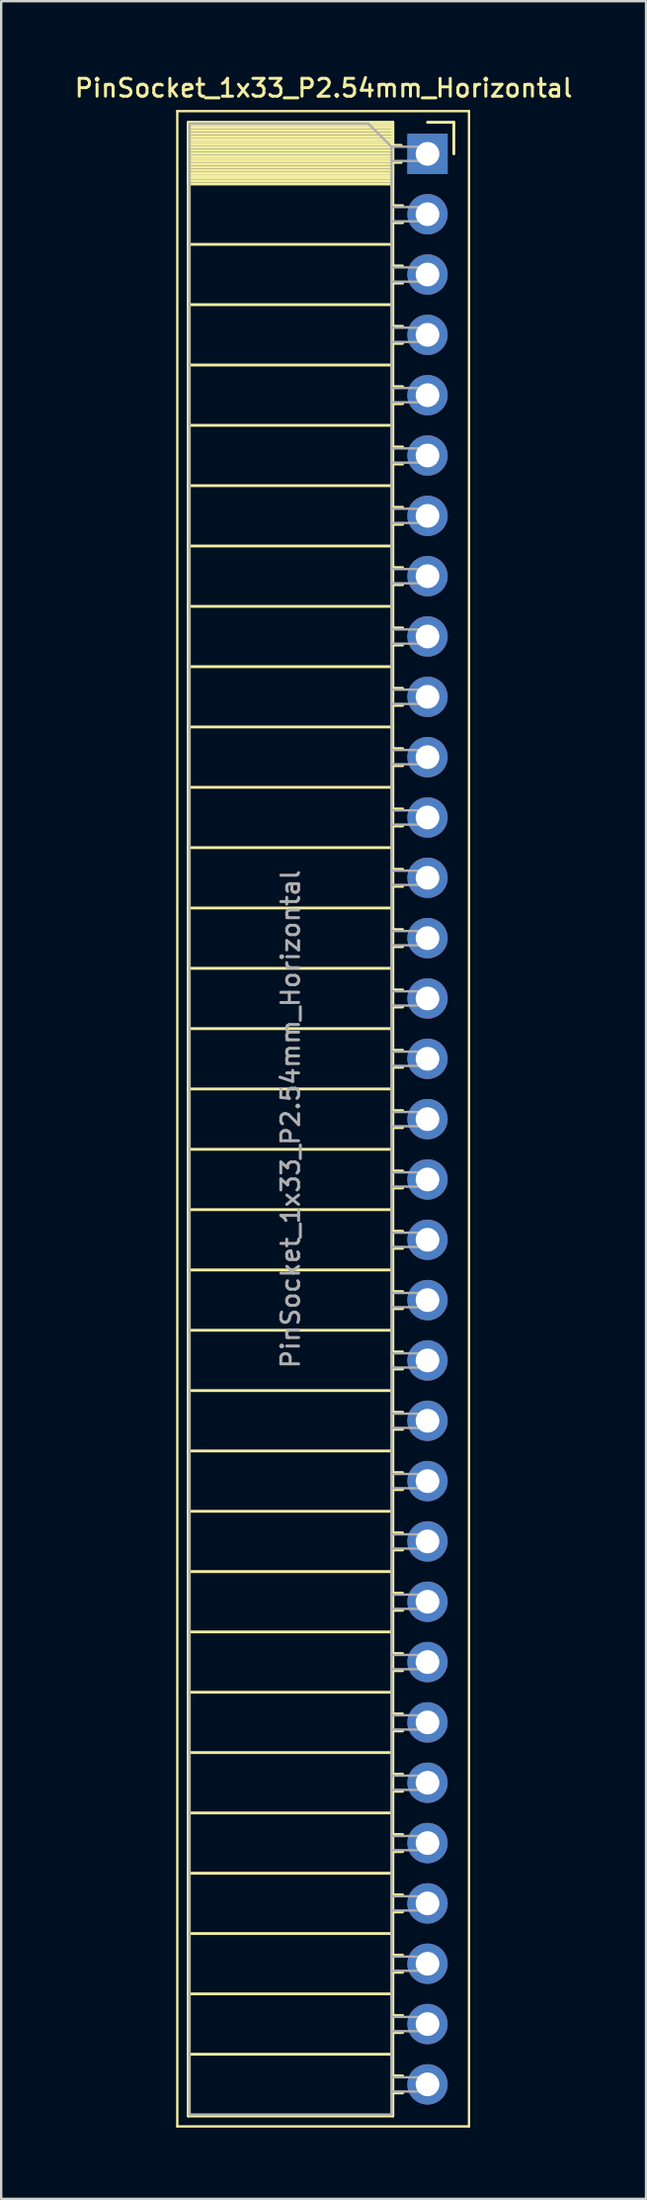
<source format=kicad_pcb>
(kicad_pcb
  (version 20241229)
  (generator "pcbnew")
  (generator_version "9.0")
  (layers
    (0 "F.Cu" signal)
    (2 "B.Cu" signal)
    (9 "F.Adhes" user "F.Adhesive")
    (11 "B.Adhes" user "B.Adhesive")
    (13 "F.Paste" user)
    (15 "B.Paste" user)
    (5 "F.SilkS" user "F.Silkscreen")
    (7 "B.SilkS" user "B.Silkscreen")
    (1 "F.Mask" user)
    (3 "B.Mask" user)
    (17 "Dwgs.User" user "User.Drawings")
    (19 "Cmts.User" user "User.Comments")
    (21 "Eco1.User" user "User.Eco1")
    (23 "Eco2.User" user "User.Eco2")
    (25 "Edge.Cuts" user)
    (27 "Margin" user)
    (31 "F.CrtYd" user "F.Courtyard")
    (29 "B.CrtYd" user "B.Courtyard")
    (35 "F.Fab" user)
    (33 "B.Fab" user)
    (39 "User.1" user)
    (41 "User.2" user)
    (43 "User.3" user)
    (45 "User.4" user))
  (footprint "PinSocket_1x33_P2.54mm_Horizontal"
    (layer "F.Cu")
    (at 14.975 3.428)
    (property "Reference" "PinSocket_1x33_P2.54mm_Horizontal" (at -4.38 -2.77 0) (layer "F.SilkS") (effects (font (size 0.75 0.75) (thickness 0.125))))
    (attr through_hole)
    (fp_line (start -10.55 -1.8) (end -10.55 83.05) (stroke (width 0.1) (type solid)) (layer "F.SilkS"))
    (fp_line (start -10.55 83.05) (end 1.75 83.05) (stroke (width 0.1) (type solid)) (layer "F.SilkS"))
    (fp_line (start -10.09 -1.33) (end -10.09 82.61) (stroke (width 0.12) (type solid)) (layer "F.SilkS"))
    (fp_line (start -10.09 -1.33) (end -1.46 -1.33) (stroke (width 0.12) (type solid)) (layer "F.SilkS"))
    (fp_line (start -10.09 -1.21) (end -1.46 -1.21) (stroke (width 0.12) (type solid)) (layer "F.SilkS"))
    (fp_line (start -10.09 -1.092) (end -1.46 -1.092) (stroke (width 0.12) (type solid)) (layer "F.SilkS"))
    (fp_line (start -10.09 -0.974) (end -1.46 -0.974) (stroke (width 0.12) (type solid)) (layer "F.SilkS"))
    (fp_line (start -10.09 -0.856) (end -1.46 -0.856) (stroke (width 0.12) (type solid)) (layer "F.SilkS"))
    (fp_line (start -10.09 -0.738) (end -1.46 -0.738) (stroke (width 0.12) (type solid)) (layer "F.SilkS"))
    (fp_line (start -10.09 -0.62) (end -1.46 -0.62) (stroke (width 0.12) (type solid)) (layer "F.SilkS"))
    (fp_line (start -10.09 -0.501) (end -1.46 -0.501) (stroke (width 0.12) (type solid)) (layer "F.SilkS"))
    (fp_line (start -10.09 -0.383) (end -1.46 -0.383) (stroke (width 0.12) (type solid)) (layer "F.SilkS"))
    (fp_line (start -10.09 -0.265) (end -1.46 -0.265) (stroke (width 0.12) (type solid)) (layer "F.SilkS"))
    (fp_line (start -10.09 -0.147) (end -1.46 -0.147) (stroke (width 0.12) (type solid)) (layer "F.SilkS"))
    (fp_line (start -10.09 -0.029) (end -1.46 -0.029) (stroke (width 0.12) (type solid)) (layer "F.SilkS"))
    (fp_line (start -10.09 0.089) (end -1.46 0.089) (stroke (width 0.12) (type solid)) (layer "F.SilkS"))
    (fp_line (start -10.09 0.207) (end -1.46 0.207) (stroke (width 0.12) (type solid)) (layer "F.SilkS"))
    (fp_line (start -10.09 0.325) (end -1.46 0.325) (stroke (width 0.12) (type solid)) (layer "F.SilkS"))
    (fp_line (start -10.09 0.443) (end -1.46 0.443) (stroke (width 0.12) (type solid)) (layer "F.SilkS"))
    (fp_line (start -10.09 0.561) (end -1.46 0.561) (stroke (width 0.12) (type solid)) (layer "F.SilkS"))
    (fp_line (start -10.09 0.68) (end -1.46 0.68) (stroke (width 0.12) (type solid)) (layer "F.SilkS"))
    (fp_line (start -10.09 0.798) (end -1.46 0.798) (stroke (width 0.12) (type solid)) (layer "F.SilkS"))
    (fp_line (start -10.09 0.916) (end -1.46 0.916) (stroke (width 0.12) (type solid)) (layer "F.SilkS"))
    (fp_line (start -10.09 1.034) (end -1.46 1.034) (stroke (width 0.12) (type solid)) (layer "F.SilkS"))
    (fp_line (start -10.09 1.152) (end -1.46 1.152) (stroke (width 0.12) (type solid)) (layer "F.SilkS"))
    (fp_line (start -10.09 1.27) (end -1.46 1.27) (stroke (width 0.12) (type solid)) (layer "F.SilkS"))
    (fp_line (start -10.09 3.81) (end -1.46 3.81) (stroke (width 0.12) (type solid)) (layer "F.SilkS"))
    (fp_line (start -10.09 6.35) (end -1.46 6.35) (stroke (width 0.12) (type solid)) (layer "F.SilkS"))
    (fp_line (start -10.09 8.89) (end -1.46 8.89) (stroke (width 0.12) (type solid)) (layer "F.SilkS"))
    (fp_line (start -10.09 11.43) (end -1.46 11.43) (stroke (width 0.12) (type solid)) (layer "F.SilkS"))
    (fp_line (start -10.09 13.97) (end -1.46 13.97) (stroke (width 0.12) (type solid)) (layer "F.SilkS"))
    (fp_line (start -10.09 16.51) (end -1.46 16.51) (stroke (width 0.12) (type solid)) (layer "F.SilkS"))
    (fp_line (start -10.09 19.05) (end -1.46 19.05) (stroke (width 0.12) (type solid)) (layer "F.SilkS"))
    (fp_line (start -10.09 21.59) (end -1.46 21.59) (stroke (width 0.12) (type solid)) (layer "F.SilkS"))
    (fp_line (start -10.09 24.13) (end -1.46 24.13) (stroke (width 0.12) (type solid)) (layer "F.SilkS"))
    (fp_line (start -10.09 26.67) (end -1.46 26.67) (stroke (width 0.12) (type solid)) (layer "F.SilkS"))
    (fp_line (start -10.09 29.21) (end -1.46 29.21) (stroke (width 0.12) (type solid)) (layer "F.SilkS"))
    (fp_line (start -10.09 31.75) (end -1.46 31.75) (stroke (width 0.12) (type solid)) (layer "F.SilkS"))
    (fp_line (start -10.09 34.29) (end -1.46 34.29) (stroke (width 0.12) (type solid)) (layer "F.SilkS"))
    (fp_line (start -10.09 36.83) (end -1.46 36.83) (stroke (width 0.12) (type solid)) (layer "F.SilkS"))
    (fp_line (start -10.09 39.37) (end -1.46 39.37) (stroke (width 0.12) (type solid)) (layer "F.SilkS"))
    (fp_line (start -10.09 41.91) (end -1.46 41.91) (stroke (width 0.12) (type solid)) (layer "F.SilkS"))
    (fp_line (start -10.09 44.45) (end -1.46 44.45) (stroke (width 0.12) (type solid)) (layer "F.SilkS"))
    (fp_line (start -10.09 46.99) (end -1.46 46.99) (stroke (width 0.12) (type solid)) (layer "F.SilkS"))
    (fp_line (start -10.09 49.53) (end -1.46 49.53) (stroke (width 0.12) (type solid)) (layer "F.SilkS"))
    (fp_line (start -10.09 52.07) (end -1.46 52.07) (stroke (width 0.12) (type solid)) (layer "F.SilkS"))
    (fp_line (start -10.09 54.61) (end -1.46 54.61) (stroke (width 0.12) (type solid)) (layer "F.SilkS"))
    (fp_line (start -10.09 57.15) (end -1.46 57.15) (stroke (width 0.12) (type solid)) (layer "F.SilkS"))
    (fp_line (start -10.09 59.69) (end -1.46 59.69) (stroke (width 0.12) (type solid)) (layer "F.SilkS"))
    (fp_line (start -10.09 62.23) (end -1.46 62.23) (stroke (width 0.12) (type solid)) (layer "F.SilkS"))
    (fp_line (start -10.09 64.77) (end -1.46 64.77) (stroke (width 0.12) (type solid)) (layer "F.SilkS"))
    (fp_line (start -10.09 67.31) (end -1.46 67.31) (stroke (width 0.12) (type solid)) (layer "F.SilkS"))
    (fp_line (start -10.09 69.85) (end -1.46 69.85) (stroke (width 0.12) (type solid)) (layer "F.SilkS"))
    (fp_line (start -10.09 72.39) (end -1.46 72.39) (stroke (width 0.12) (type solid)) (layer "F.SilkS"))
    (fp_line (start -10.09 74.93) (end -1.46 74.93) (stroke (width 0.12) (type solid)) (layer "F.SilkS"))
    (fp_line (start -10.09 77.47) (end -1.46 77.47) (stroke (width 0.12) (type solid)) (layer "F.SilkS"))
    (fp_line (start -10.09 80.01) (end -1.46 80.01) (stroke (width 0.12) (type solid)) (layer "F.SilkS"))
    (fp_line (start -10.09 82.61) (end -1.46 82.61) (stroke (width 0.12) (type solid)) (layer "F.SilkS"))
    (fp_line (start -1.46 -1.33) (end -1.46 82.61) (stroke (width 0.12) (type solid)) (layer "F.SilkS"))
    (fp_line (start -1.46 -0.36) (end -1.11 -0.36) (stroke (width 0.12) (type solid)) (layer "F.SilkS"))
    (fp_line (start -1.46 0.36) (end -1.11 0.36) (stroke (width 0.12) (type solid)) (layer "F.SilkS"))
    (fp_line (start -1.46 2.18) (end -1.05 2.18) (stroke (width 0.12) (type solid)) (layer "F.SilkS"))
    (fp_line (start -1.46 2.9) (end -1.05 2.9) (stroke (width 0.12) (type solid)) (layer "F.SilkS"))
    (fp_line (start -1.46 4.72) (end -1.05 4.72) (stroke (width 0.12) (type solid)) (layer "F.SilkS"))
    (fp_line (start -1.46 5.44) (end -1.05 5.44) (stroke (width 0.12) (type solid)) (layer "F.SilkS"))
    (fp_line (start -1.46 7.26) (end -1.05 7.26) (stroke (width 0.12) (type solid)) (layer "F.SilkS"))
    (fp_line (start -1.46 7.98) (end -1.05 7.98) (stroke (width 0.12) (type solid)) (layer "F.SilkS"))
    (fp_line (start -1.46 9.8) (end -1.05 9.8) (stroke (width 0.12) (type solid)) (layer "F.SilkS"))
    (fp_line (start -1.46 10.52) (end -1.05 10.52) (stroke (width 0.12) (type solid)) (layer "F.SilkS"))
    (fp_line (start -1.46 12.34) (end -1.05 12.34) (stroke (width 0.12) (type solid)) (layer "F.SilkS"))
    (fp_line (start -1.46 13.06) (end -1.05 13.06) (stroke (width 0.12) (type solid)) (layer "F.SilkS"))
    (fp_line (start -1.46 14.88) (end -1.05 14.88) (stroke (width 0.12) (type solid)) (layer "F.SilkS"))
    (fp_line (start -1.46 15.6) (end -1.05 15.6) (stroke (width 0.12) (type solid)) (layer "F.SilkS"))
    (fp_line (start -1.46 17.42) (end -1.05 17.42) (stroke (width 0.12) (type solid)) (layer "F.SilkS"))
    (fp_line (start -1.46 18.14) (end -1.05 18.14) (stroke (width 0.12) (type solid)) (layer "F.SilkS"))
    (fp_line (start -1.46 19.96) (end -1.05 19.96) (stroke (width 0.12) (type solid)) (layer "F.SilkS"))
    (fp_line (start -1.46 20.68) (end -1.05 20.68) (stroke (width 0.12) (type solid)) (layer "F.SilkS"))
    (fp_line (start -1.46 22.5) (end -1.05 22.5) (stroke (width 0.12) (type solid)) (layer "F.SilkS"))
    (fp_line (start -1.46 23.22) (end -1.05 23.22) (stroke (width 0.12) (type solid)) (layer "F.SilkS"))
    (fp_line (start -1.46 25.04) (end -1.05 25.04) (stroke (width 0.12) (type solid)) (layer "F.SilkS"))
    (fp_line (start -1.46 25.76) (end -1.05 25.76) (stroke (width 0.12) (type solid)) (layer "F.SilkS"))
    (fp_line (start -1.46 27.58) (end -1.05 27.58) (stroke (width 0.12) (type solid)) (layer "F.SilkS"))
    (fp_line (start -1.46 28.3) (end -1.05 28.3) (stroke (width 0.12) (type solid)) (layer "F.SilkS"))
    (fp_line (start -1.46 30.12) (end -1.05 30.12) (stroke (width 0.12) (type solid)) (layer "F.SilkS"))
    (fp_line (start -1.46 30.84) (end -1.05 30.84) (stroke (width 0.12) (type solid)) (layer "F.SilkS"))
    (fp_line (start -1.46 32.66) (end -1.05 32.66) (stroke (width 0.12) (type solid)) (layer "F.SilkS"))
    (fp_line (start -1.46 33.38) (end -1.05 33.38) (stroke (width 0.12) (type solid)) (layer "F.SilkS"))
    (fp_line (start -1.46 35.2) (end -1.05 35.2) (stroke (width 0.12) (type solid)) (layer "F.SilkS"))
    (fp_line (start -1.46 35.92) (end -1.05 35.92) (stroke (width 0.12) (type solid)) (layer "F.SilkS"))
    (fp_line (start -1.46 37.74) (end -1.05 37.74) (stroke (width 0.12) (type solid)) (layer "F.SilkS"))
    (fp_line (start -1.46 38.46) (end -1.05 38.46) (stroke (width 0.12) (type solid)) (layer "F.SilkS"))
    (fp_line (start -1.46 40.28) (end -1.05 40.28) (stroke (width 0.12) (type solid)) (layer "F.SilkS"))
    (fp_line (start -1.46 41) (end -1.05 41) (stroke (width 0.12) (type solid)) (layer "F.SilkS"))
    (fp_line (start -1.46 42.82) (end -1.05 42.82) (stroke (width 0.12) (type solid)) (layer "F.SilkS"))
    (fp_line (start -1.46 43.54) (end -1.05 43.54) (stroke (width 0.12) (type solid)) (layer "F.SilkS"))
    (fp_line (start -1.46 45.36) (end -1.05 45.36) (stroke (width 0.12) (type solid)) (layer "F.SilkS"))
    (fp_line (start -1.46 46.08) (end -1.05 46.08) (stroke (width 0.12) (type solid)) (layer "F.SilkS"))
    (fp_line (start -1.46 47.9) (end -1.05 47.9) (stroke (width 0.12) (type solid)) (layer "F.SilkS"))
    (fp_line (start -1.46 48.62) (end -1.05 48.62) (stroke (width 0.12) (type solid)) (layer "F.SilkS"))
    (fp_line (start -1.46 50.44) (end -1.05 50.44) (stroke (width 0.12) (type solid)) (layer "F.SilkS"))
    (fp_line (start -1.46 51.16) (end -1.05 51.16) (stroke (width 0.12) (type solid)) (layer "F.SilkS"))
    (fp_line (start -1.46 52.98) (end -1.05 52.98) (stroke (width 0.12) (type solid)) (layer "F.SilkS"))
    (fp_line (start -1.46 53.7) (end -1.05 53.7) (stroke (width 0.12) (type solid)) (layer "F.SilkS"))
    (fp_line (start -1.46 55.52) (end -1.05 55.52) (stroke (width 0.12) (type solid)) (layer "F.SilkS"))
    (fp_line (start -1.46 56.24) (end -1.05 56.24) (stroke (width 0.12) (type solid)) (layer "F.SilkS"))
    (fp_line (start -1.46 58.06) (end -1.05 58.06) (stroke (width 0.12) (type solid)) (layer "F.SilkS"))
    (fp_line (start -1.46 58.78) (end -1.05 58.78) (stroke (width 0.12) (type solid)) (layer "F.SilkS"))
    (fp_line (start -1.46 60.6) (end -1.05 60.6) (stroke (width 0.12) (type solid)) (layer "F.SilkS"))
    (fp_line (start -1.46 61.32) (end -1.05 61.32) (stroke (width 0.12) (type solid)) (layer "F.SilkS"))
    (fp_line (start -1.46 63.14) (end -1.05 63.14) (stroke (width 0.12) (type solid)) (layer "F.SilkS"))
    (fp_line (start -1.46 63.86) (end -1.05 63.86) (stroke (width 0.12) (type solid)) (layer "F.SilkS"))
    (fp_line (start -1.46 65.68) (end -1.05 65.68) (stroke (width 0.12) (type solid)) (layer "F.SilkS"))
    (fp_line (start -1.46 66.4) (end -1.05 66.4) (stroke (width 0.12) (type solid)) (layer "F.SilkS"))
    (fp_line (start -1.46 68.22) (end -1.05 68.22) (stroke (width 0.12) (type solid)) (layer "F.SilkS"))
    (fp_line (start -1.46 68.94) (end -1.05 68.94) (stroke (width 0.12) (type solid)) (layer "F.SilkS"))
    (fp_line (start -1.46 70.76) (end -1.05 70.76) (stroke (width 0.12) (type solid)) (layer "F.SilkS"))
    (fp_line (start -1.46 71.48) (end -1.05 71.48) (stroke (width 0.12) (type solid)) (layer "F.SilkS"))
    (fp_line (start -1.46 73.3) (end -1.05 73.3) (stroke (width 0.12) (type solid)) (layer "F.SilkS"))
    (fp_line (start -1.46 74.02) (end -1.05 74.02) (stroke (width 0.12) (type solid)) (layer "F.SilkS"))
    (fp_line (start -1.46 75.84) (end -1.05 75.84) (stroke (width 0.12) (type solid)) (layer "F.SilkS"))
    (fp_line (start -1.46 76.56) (end -1.05 76.56) (stroke (width 0.12) (type solid)) (layer "F.SilkS"))
    (fp_line (start -1.46 78.38) (end -1.05 78.38) (stroke (width 0.12) (type solid)) (layer "F.SilkS"))
    (fp_line (start -1.46 79.1) (end -1.05 79.1) (stroke (width 0.12) (type solid)) (layer "F.SilkS"))
    (fp_line (start -1.46 80.92) (end -1.05 80.92) (stroke (width 0.12) (type solid)) (layer "F.SilkS"))
    (fp_line (start -1.46 81.64) (end -1.05 81.64) (stroke (width 0.12) (type solid)) (layer "F.SilkS"))
    (fp_line (start 0 -1.33) (end 1.11 -1.33) (stroke (width 0.12) (type solid)) (layer "F.SilkS"))
    (fp_line (start 1.11 -1.33) (end 1.11 0) (stroke (width 0.12) (type solid)) (layer "F.SilkS"))
    (fp_line (start 1.75 -1.8) (end -10.55 -1.8) (stroke (width 0.1) (type solid)) (layer "F.SilkS"))
    (fp_line (start 1.75 83.05) (end 1.75 -1.8) (stroke (width 0.1) (type solid)) (layer "F.SilkS"))
    (fp_line (start -10.03 -1.27) (end -2.49 -1.27) (stroke (width 0.1) (type solid)) (layer "F.Fab"))
    (fp_line (start -10.03 82.55) (end -10.03 -1.27) (stroke (width 0.1) (type solid)) (layer "F.Fab"))
    (fp_line (start -2.49 -1.27) (end -1.52 -0.3) (stroke (width 0.1) (type solid)) (layer "F.Fab"))
    (fp_line (start -1.52 -0.3) (end -1.52 82.55) (stroke (width 0.1) (type solid)) (layer "F.Fab"))
    (fp_line (start -1.52 0.3) (end 0 0.3) (stroke (width 0.1) (type solid)) (layer "F.Fab"))
    (fp_line (start -1.52 2.84) (end 0 2.84) (stroke (width 0.1) (type solid)) (layer "F.Fab"))
    (fp_line (start -1.52 5.38) (end 0 5.38) (stroke (width 0.1) (type solid)) (layer "F.Fab"))
    (fp_line (start -1.52 7.92) (end 0 7.92) (stroke (width 0.1) (type solid)) (layer "F.Fab"))
    (fp_line (start -1.52 10.46) (end 0 10.46) (stroke (width 0.1) (type solid)) (layer "F.Fab"))
    (fp_line (start -1.52 13) (end 0 13) (stroke (width 0.1) (type solid)) (layer "F.Fab"))
    (fp_line (start -1.52 15.54) (end 0 15.54) (stroke (width 0.1) (type solid)) (layer "F.Fab"))
    (fp_line (start -1.52 18.08) (end 0 18.08) (stroke (width 0.1) (type solid)) (layer "F.Fab"))
    (fp_line (start -1.52 20.62) (end 0 20.62) (stroke (width 0.1) (type solid)) (layer "F.Fab"))
    (fp_line (start -1.52 23.16) (end 0 23.16) (stroke (width 0.1) (type solid)) (layer "F.Fab"))
    (fp_line (start -1.52 25.7) (end 0 25.7) (stroke (width 0.1) (type solid)) (layer "F.Fab"))
    (fp_line (start -1.52 28.24) (end 0 28.24) (stroke (width 0.1) (type solid)) (layer "F.Fab"))
    (fp_line (start -1.52 30.78) (end 0 30.78) (stroke (width 0.1) (type solid)) (layer "F.Fab"))
    (fp_line (start -1.52 33.32) (end 0 33.32) (stroke (width 0.1) (type solid)) (layer "F.Fab"))
    (fp_line (start -1.52 35.86) (end 0 35.86) (stroke (width 0.1) (type solid)) (layer "F.Fab"))
    (fp_line (start -1.52 38.4) (end 0 38.4) (stroke (width 0.1) (type solid)) (layer "F.Fab"))
    (fp_line (start -1.52 40.94) (end 0 40.94) (stroke (width 0.1) (type solid)) (layer "F.Fab"))
    (fp_line (start -1.52 43.48) (end 0 43.48) (stroke (width 0.1) (type solid)) (layer "F.Fab"))
    (fp_line (start -1.52 46.02) (end 0 46.02) (stroke (width 0.1) (type solid)) (layer "F.Fab"))
    (fp_line (start -1.52 48.56) (end 0 48.56) (stroke (width 0.1) (type solid)) (layer "F.Fab"))
    (fp_line (start -1.52 51.1) (end 0 51.1) (stroke (width 0.1) (type solid)) (layer "F.Fab"))
    (fp_line (start -1.52 53.64) (end 0 53.64) (stroke (width 0.1) (type solid)) (layer "F.Fab"))
    (fp_line (start -1.52 56.18) (end 0 56.18) (stroke (width 0.1) (type solid)) (layer "F.Fab"))
    (fp_line (start -1.52 58.72) (end 0 58.72) (stroke (width 0.1) (type solid)) (layer "F.Fab"))
    (fp_line (start -1.52 61.26) (end 0 61.26) (stroke (width 0.1) (type solid)) (layer "F.Fab"))
    (fp_line (start -1.52 63.8) (end 0 63.8) (stroke (width 0.1) (type solid)) (layer "F.Fab"))
    (fp_line (start -1.52 66.34) (end 0 66.34) (stroke (width 0.1) (type solid)) (layer "F.Fab"))
    (fp_line (start -1.52 68.88) (end 0 68.88) (stroke (width 0.1) (type solid)) (layer "F.Fab"))
    (fp_line (start -1.52 71.42) (end 0 71.42) (stroke (width 0.1) (type solid)) (layer "F.Fab"))
    (fp_line (start -1.52 73.96) (end 0 73.96) (stroke (width 0.1) (type solid)) (layer "F.Fab"))
    (fp_line (start -1.52 76.5) (end 0 76.5) (stroke (width 0.1) (type solid)) (layer "F.Fab"))
    (fp_line (start -1.52 79.04) (end 0 79.04) (stroke (width 0.1) (type solid)) (layer "F.Fab"))
    (fp_line (start -1.52 81.58) (end 0 81.58) (stroke (width 0.1) (type solid)) (layer "F.Fab"))
    (fp_line (start -1.52 82.55) (end -10.03 82.55) (stroke (width 0.1) (type solid)) (layer "F.Fab"))
    (fp_line (start 0 -0.3) (end -1.52 -0.3) (stroke (width 0.1) (type solid)) (layer "F.Fab"))
    (fp_line (start 0 0.3) (end 0 -0.3) (stroke (width 0.1) (type solid)) (layer "F.Fab"))
    (fp_line (start 0 2.24) (end -1.52 2.24) (stroke (width 0.1) (type solid)) (layer "F.Fab"))
    (fp_line (start 0 2.84) (end 0 2.24) (stroke (width 0.1) (type solid)) (layer "F.Fab"))
    (fp_line (start 0 4.78) (end -1.52 4.78) (stroke (width 0.1) (type solid)) (layer "F.Fab"))
    (fp_line (start 0 5.38) (end 0 4.78) (stroke (width 0.1) (type solid)) (layer "F.Fab"))
    (fp_line (start 0 7.32) (end -1.52 7.32) (stroke (width 0.1) (type solid)) (layer "F.Fab"))
    (fp_line (start 0 7.92) (end 0 7.32) (stroke (width 0.1) (type solid)) (layer "F.Fab"))
    (fp_line (start 0 9.86) (end -1.52 9.86) (stroke (width 0.1) (type solid)) (layer "F.Fab"))
    (fp_line (start 0 10.46) (end 0 9.86) (stroke (width 0.1) (type solid)) (layer "F.Fab"))
    (fp_line (start 0 12.4) (end -1.52 12.4) (stroke (width 0.1) (type solid)) (layer "F.Fab"))
    (fp_line (start 0 13) (end 0 12.4) (stroke (width 0.1) (type solid)) (layer "F.Fab"))
    (fp_line (start 0 14.94) (end -1.52 14.94) (stroke (width 0.1) (type solid)) (layer "F.Fab"))
    (fp_line (start 0 15.54) (end 0 14.94) (stroke (width 0.1) (type solid)) (layer "F.Fab"))
    (fp_line (start 0 17.48) (end -1.52 17.48) (stroke (width 0.1) (type solid)) (layer "F.Fab"))
    (fp_line (start 0 18.08) (end 0 17.48) (stroke (width 0.1) (type solid)) (layer "F.Fab"))
    (fp_line (start 0 20.02) (end -1.52 20.02) (stroke (width 0.1) (type solid)) (layer "F.Fab"))
    (fp_line (start 0 20.62) (end 0 20.02) (stroke (width 0.1) (type solid)) (layer "F.Fab"))
    (fp_line (start 0 22.56) (end -1.52 22.56) (stroke (width 0.1) (type solid)) (layer "F.Fab"))
    (fp_line (start 0 23.16) (end 0 22.56) (stroke (width 0.1) (type solid)) (layer "F.Fab"))
    (fp_line (start 0 25.1) (end -1.52 25.1) (stroke (width 0.1) (type solid)) (layer "F.Fab"))
    (fp_line (start 0 25.7) (end 0 25.1) (stroke (width 0.1) (type solid)) (layer "F.Fab"))
    (fp_line (start 0 27.64) (end -1.52 27.64) (stroke (width 0.1) (type solid)) (layer "F.Fab"))
    (fp_line (start 0 28.24) (end 0 27.64) (stroke (width 0.1) (type solid)) (layer "F.Fab"))
    (fp_line (start 0 30.18) (end -1.52 30.18) (stroke (width 0.1) (type solid)) (layer "F.Fab"))
    (fp_line (start 0 30.78) (end 0 30.18) (stroke (width 0.1) (type solid)) (layer "F.Fab"))
    (fp_line (start 0 32.72) (end -1.52 32.72) (stroke (width 0.1) (type solid)) (layer "F.Fab"))
    (fp_line (start 0 33.32) (end 0 32.72) (stroke (width 0.1) (type solid)) (layer "F.Fab"))
    (fp_line (start 0 35.26) (end -1.52 35.26) (stroke (width 0.1) (type solid)) (layer "F.Fab"))
    (fp_line (start 0 35.86) (end 0 35.26) (stroke (width 0.1) (type solid)) (layer "F.Fab"))
    (fp_line (start 0 37.8) (end -1.52 37.8) (stroke (width 0.1) (type solid)) (layer "F.Fab"))
    (fp_line (start 0 38.4) (end 0 37.8) (stroke (width 0.1) (type solid)) (layer "F.Fab"))
    (fp_line (start 0 40.34) (end -1.52 40.34) (stroke (width 0.1) (type solid)) (layer "F.Fab"))
    (fp_line (start 0 40.94) (end 0 40.34) (stroke (width 0.1) (type solid)) (layer "F.Fab"))
    (fp_line (start 0 42.88) (end -1.52 42.88) (stroke (width 0.1) (type solid)) (layer "F.Fab"))
    (fp_line (start 0 43.48) (end 0 42.88) (stroke (width 0.1) (type solid)) (layer "F.Fab"))
    (fp_line (start 0 45.42) (end -1.52 45.42) (stroke (width 0.1) (type solid)) (layer "F.Fab"))
    (fp_line (start 0 46.02) (end 0 45.42) (stroke (width 0.1) (type solid)) (layer "F.Fab"))
    (fp_line (start 0 47.96) (end -1.52 47.96) (stroke (width 0.1) (type solid)) (layer "F.Fab"))
    (fp_line (start 0 48.56) (end 0 47.96) (stroke (width 0.1) (type solid)) (layer "F.Fab"))
    (fp_line (start 0 50.5) (end -1.52 50.5) (stroke (width 0.1) (type solid)) (layer "F.Fab"))
    (fp_line (start 0 51.1) (end 0 50.5) (stroke (width 0.1) (type solid)) (layer "F.Fab"))
    (fp_line (start 0 53.04) (end -1.52 53.04) (stroke (width 0.1) (type solid)) (layer "F.Fab"))
    (fp_line (start 0 53.64) (end 0 53.04) (stroke (width 0.1) (type solid)) (layer "F.Fab"))
    (fp_line (start 0 55.58) (end -1.52 55.58) (stroke (width 0.1) (type solid)) (layer "F.Fab"))
    (fp_line (start 0 56.18) (end 0 55.58) (stroke (width 0.1) (type solid)) (layer "F.Fab"))
    (fp_line (start 0 58.12) (end -1.52 58.12) (stroke (width 0.1) (type solid)) (layer "F.Fab"))
    (fp_line (start 0 58.72) (end 0 58.12) (stroke (width 0.1) (type solid)) (layer "F.Fab"))
    (fp_line (start 0 60.66) (end -1.52 60.66) (stroke (width 0.1) (type solid)) (layer "F.Fab"))
    (fp_line (start 0 61.26) (end 0 60.66) (stroke (width 0.1) (type solid)) (layer "F.Fab"))
    (fp_line (start 0 63.2) (end -1.52 63.2) (stroke (width 0.1) (type solid)) (layer "F.Fab"))
    (fp_line (start 0 63.8) (end 0 63.2) (stroke (width 0.1) (type solid)) (layer "F.Fab"))
    (fp_line (start 0 65.74) (end -1.52 65.74) (stroke (width 0.1) (type solid)) (layer "F.Fab"))
    (fp_line (start 0 66.34) (end 0 65.74) (stroke (width 0.1) (type solid)) (layer "F.Fab"))
    (fp_line (start 0 68.28) (end -1.52 68.28) (stroke (width 0.1) (type solid)) (layer "F.Fab"))
    (fp_line (start 0 68.88) (end 0 68.28) (stroke (width 0.1) (type solid)) (layer "F.Fab"))
    (fp_line (start 0 70.82) (end -1.52 70.82) (stroke (width 0.1) (type solid)) (layer "F.Fab"))
    (fp_line (start 0 71.42) (end 0 70.82) (stroke (width 0.1) (type solid)) (layer "F.Fab"))
    (fp_line (start 0 73.36) (end -1.52 73.36) (stroke (width 0.1) (type solid)) (layer "F.Fab"))
    (fp_line (start 0 73.96) (end 0 73.36) (stroke (width 0.1) (type solid)) (layer "F.Fab"))
    (fp_line (start 0 75.9) (end -1.52 75.9) (stroke (width 0.1) (type solid)) (layer "F.Fab"))
    (fp_line (start 0 76.5) (end 0 75.9) (stroke (width 0.1) (type solid)) (layer "F.Fab"))
    (fp_line (start 0 78.44) (end -1.52 78.44) (stroke (width 0.1) (type solid)) (layer "F.Fab"))
    (fp_line (start 0 79.04) (end 0 78.44) (stroke (width 0.1) (type solid)) (layer "F.Fab"))
    (fp_line (start 0 80.98) (end -1.52 80.98) (stroke (width 0.1) (type solid)) (layer "F.Fab"))
    (fp_line (start 0 81.58) (end 0 80.98) (stroke (width 0.1) (type solid)) (layer "F.Fab"))
    (fp_text user "${REFERENCE}" (at -5.775 40.64 90) (layer "F.Fab") (effects (font (size 0.75 0.75) (thickness 0.125))))
    (pad "1" thru_hole rect (at 0 0) (size 1.7 1.7) (drill 1) (layers "*.Cu" "*.Mask"))
    (pad "2" thru_hole oval (at 0 2.54) (size 1.7 1.7) (drill 1) (layers "*.Cu" "*.Mask"))
    (pad "3" thru_hole oval (at 0 5.08) (size 1.7 1.7) (drill 1) (layers "*.Cu" "*.Mask"))
    (pad "4" thru_hole oval (at 0 7.62) (size 1.7 1.7) (drill 1) (layers "*.Cu" "*.Mask"))
    (pad "5" thru_hole oval (at 0 10.16) (size 1.7 1.7) (drill 1) (layers "*.Cu" "*.Mask"))
    (pad "6" thru_hole oval (at 0 12.7) (size 1.7 1.7) (drill 1) (layers "*.Cu" "*.Mask"))
    (pad "7" thru_hole oval (at 0 15.24) (size 1.7 1.7) (drill 1) (layers "*.Cu" "*.Mask"))
    (pad "8" thru_hole oval (at 0 17.78) (size 1.7 1.7) (drill 1) (layers "*.Cu" "*.Mask"))
    (pad "9" thru_hole oval (at 0 20.32) (size 1.7 1.7) (drill 1) (layers "*.Cu" "*.Mask"))
    (pad "10" thru_hole oval (at 0 22.86) (size 1.7 1.7) (drill 1) (layers "*.Cu" "*.Mask"))
    (pad "11" thru_hole oval (at 0 25.4) (size 1.7 1.7) (drill 1) (layers "*.Cu" "*.Mask"))
    (pad "12" thru_hole oval (at 0 27.94) (size 1.7 1.7) (drill 1) (layers "*.Cu" "*.Mask"))
    (pad "13" thru_hole oval (at 0 30.48) (size 1.7 1.7) (drill 1) (layers "*.Cu" "*.Mask"))
    (pad "14" thru_hole oval (at 0 33.02) (size 1.7 1.7) (drill 1) (layers "*.Cu" "*.Mask"))
    (pad "15" thru_hole oval (at 0 35.56) (size 1.7 1.7) (drill 1) (layers "*.Cu" "*.Mask"))
    (pad "16" thru_hole oval (at 0 38.1) (size 1.7 1.7) (drill 1) (layers "*.Cu" "*.Mask"))
    (pad "17" thru_hole oval (at 0 40.64) (size 1.7 1.7) (drill 1) (layers "*.Cu" "*.Mask"))
    (pad "18" thru_hole oval (at 0 43.18) (size 1.7 1.7) (drill 1) (layers "*.Cu" "*.Mask"))
    (pad "19" thru_hole oval (at 0 45.72) (size 1.7 1.7) (drill 1) (layers "*.Cu" "*.Mask"))
    (pad "20" thru_hole oval (at 0 48.26) (size 1.7 1.7) (drill 1) (layers "*.Cu" "*.Mask"))
    (pad "21" thru_hole oval (at 0 50.8) (size 1.7 1.7) (drill 1) (layers "*.Cu" "*.Mask"))
    (pad "22" thru_hole oval (at 0 53.34) (size 1.7 1.7) (drill 1) (layers "*.Cu" "*.Mask"))
    (pad "23" thru_hole oval (at 0 55.88) (size 1.7 1.7) (drill 1) (layers "*.Cu" "*.Mask"))
    (pad "24" thru_hole oval (at 0 58.42) (size 1.7 1.7) (drill 1) (layers "*.Cu" "*.Mask"))
    (pad "25" thru_hole oval (at 0 60.96) (size 1.7 1.7) (drill 1) (layers "*.Cu" "*.Mask"))
    (pad "26" thru_hole oval (at 0 63.5) (size 1.7 1.7) (drill 1) (layers "*.Cu" "*.Mask"))
    (pad "27" thru_hole oval (at 0 66.04) (size 1.7 1.7) (drill 1) (layers "*.Cu" "*.Mask"))
    (pad "28" thru_hole oval (at 0 68.58) (size 1.7 1.7) (drill 1) (layers "*.Cu" "*.Mask"))
    (pad "29" thru_hole oval (at 0 71.12) (size 1.7 1.7) (drill 1) (layers "*.Cu" "*.Mask"))
    (pad "30" thru_hole oval (at 0 73.66) (size 1.7 1.7) (drill 1) (layers "*.Cu" "*.Mask"))
    (pad "31" thru_hole oval (at 0 76.2) (size 1.7 1.7) (drill 1) (layers "*.Cu" "*.Mask"))
    (pad "32" thru_hole oval (at 0 78.74) (size 1.7 1.7) (drill 1) (layers "*.Cu" "*.Mask"))
    (pad "33" thru_hole oval (at 0 81.28) (size 1.7 1.7) (drill 1) (layers "*.Cu" "*.Mask")))
  (gr_rect
    (start -3 -3)
    (end 24.189 89.528)
    (stroke (width 0.1) (type default))
    (fill no)
    (layer "Edge.Cuts")))
</source>
